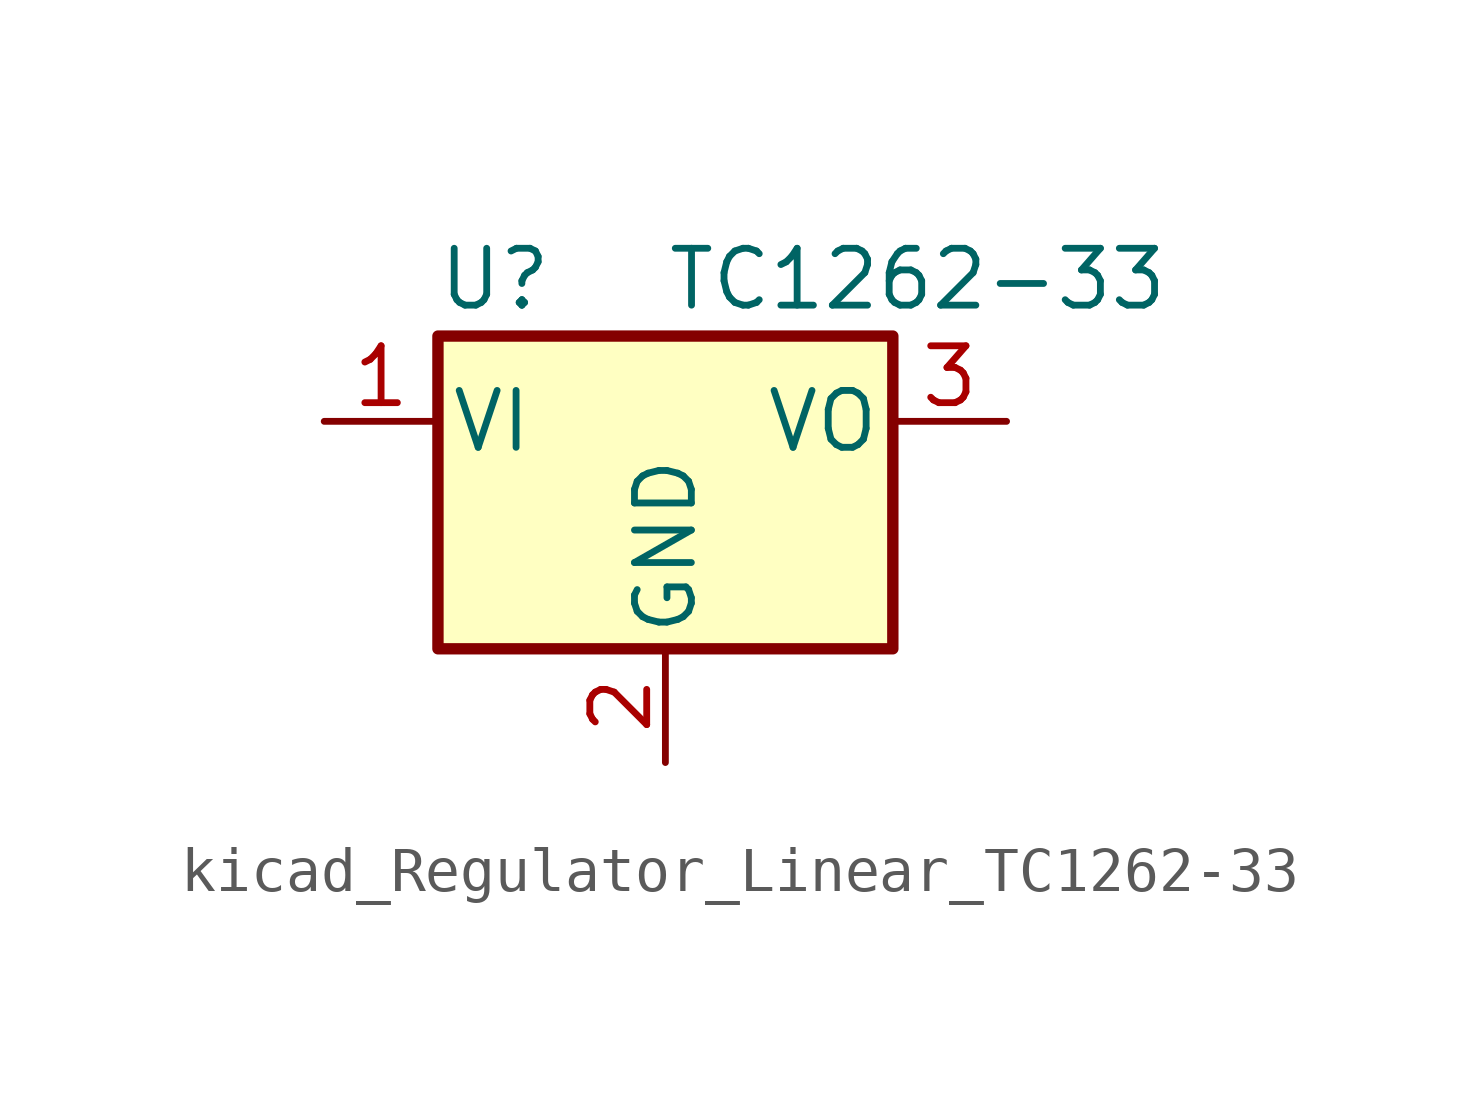
<source format=kicad_sym>
(kicad_symbol_lib
  (version 20220914)
  (generator kicad_symbol_editor)
  (symbol "kicad_Regulator_Linear_TC1262-33"
    (pin_names
      (offset 0.254))
    (property "Reference" "U"
      (at -3.81 3.175 0)
      (effects (font (size 1.27 1.27))))
    (property "Value" "TC1262-33"
      (at 0 3.175 0)
      (effects (font (size 1.27 1.27)) (justify left)))
    (symbol "kicad_Regulator_Linear_TC1262-33_1_1"
      (rectangle (start -5.08 1.905) (end 5.08 -5.08) (stroke (width 0.254) (type default)) (fill (type background)))
      (pin power_in line (at -7.62 0 0) (length 2.54) (name "VI" (effects (font (size 1.27 1.27)))) (number "1" (effects (font (size 1.27 1.27)))))
      (pin power_in line (at 0 -7.62 90) (length 2.54) (name "GND" (effects (font (size 1.27 1.27)))) (number "2" (effects (font (size 1.27 1.27)))))
      (pin power_out line (at 7.62 0 180) (length 2.54) (name "VO" (effects (font (size 1.27 1.27)))) (number "3" (effects (font (size 1.27 1.27))))))))
</source>
